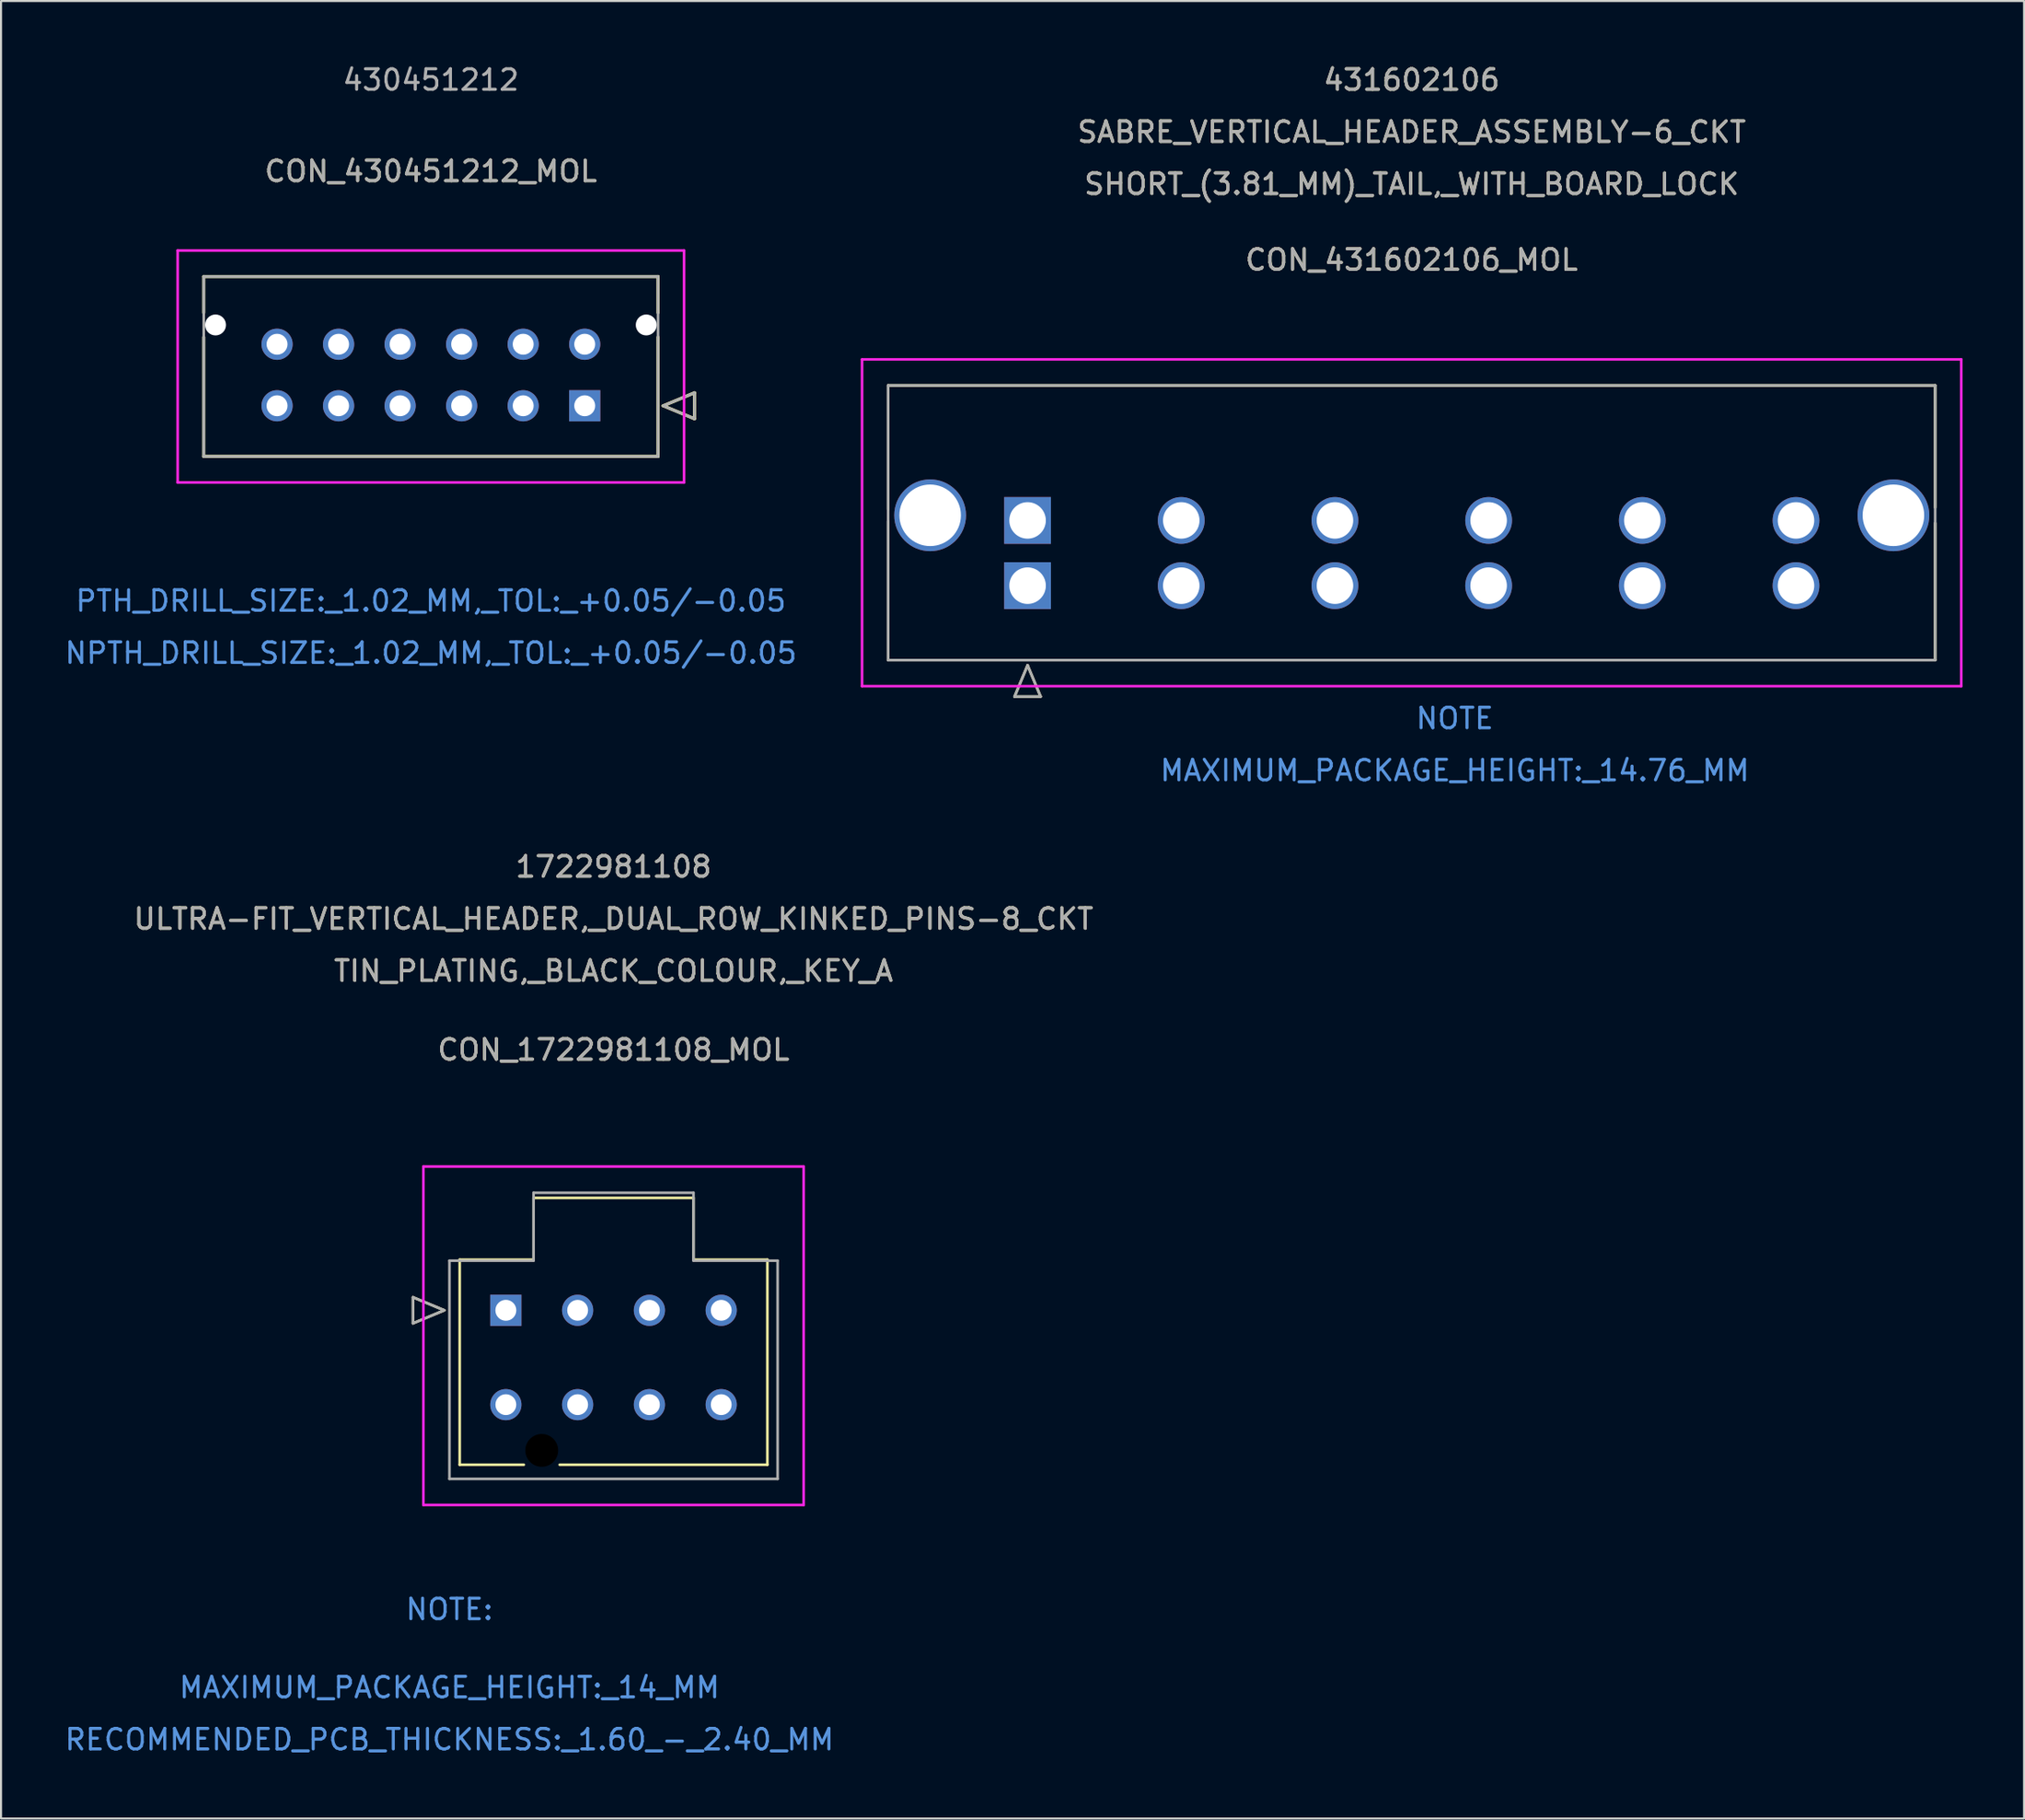
<source format=kicad_pcb>
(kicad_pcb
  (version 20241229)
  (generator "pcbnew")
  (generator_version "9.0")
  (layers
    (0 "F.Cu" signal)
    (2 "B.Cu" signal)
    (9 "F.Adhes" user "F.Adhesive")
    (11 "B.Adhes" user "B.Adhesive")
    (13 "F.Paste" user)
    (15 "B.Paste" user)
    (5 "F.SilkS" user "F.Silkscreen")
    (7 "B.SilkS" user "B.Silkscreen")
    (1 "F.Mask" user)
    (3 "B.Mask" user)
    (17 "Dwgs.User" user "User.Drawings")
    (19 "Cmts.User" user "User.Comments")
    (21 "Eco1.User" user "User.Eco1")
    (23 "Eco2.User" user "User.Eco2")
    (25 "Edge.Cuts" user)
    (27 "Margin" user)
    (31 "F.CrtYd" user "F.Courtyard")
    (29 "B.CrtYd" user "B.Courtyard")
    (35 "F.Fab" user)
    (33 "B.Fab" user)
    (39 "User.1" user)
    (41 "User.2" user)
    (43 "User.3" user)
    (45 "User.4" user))
  (footprint "CON_431602106_MOL"
    (layer "F.Cu")
    (at 47.05 22.323)
    (property "Reference" "CON_431602106_MOL" (at 18.725 -12.7 0) (unlocked yes) (layer "F.SilkS") (effects (font (size 1 1) (thickness 0.15))))
    (attr through_hole)
    (fp_line (start -6.8 -6.58) (end -6.8 -0.537) (stroke (width 0.127) (type solid)) (layer "F.SilkS"))
    (fp_line (start -6.8 0.037) (end -6.8 6.81) (stroke (width 0.127) (type solid)) (layer "F.SilkS"))
    (fp_line (start -6.8 6.81) (end 44.25 6.81) (stroke (width 0.127) (type solid)) (layer "F.SilkS"))
    (fp_line (start -0.635 8.588) (end 0 7.064) (stroke (width 0.127) (type solid)) (layer "F.SilkS"))
    (fp_line (start 0 7.064) (end 0.635 8.588) (stroke (width 0.127) (type solid)) (layer "F.SilkS"))
    (fp_line (start 0.635 8.588) (end -0.635 8.588) (stroke (width 0.127) (type solid)) (layer "F.SilkS"))
    (fp_line (start 44.25 -6.58) (end -6.8 -6.58) (stroke (width 0.127) (type solid)) (layer "F.SilkS"))
    (fp_line (start 44.25 -0.63) (end 44.25 -6.58) (stroke (width 0.127) (type solid)) (layer "F.SilkS"))
    (fp_line (start 44.25 6.81) (end 44.25 0.13) (stroke (width 0.127) (type solid)) (layer "F.SilkS"))
    (fp_line (start -8.07 -7.85) (end -8.07 8.08) (stroke (width 0.127) (type solid)) (layer "F.CrtYd"))
    (fp_line (start -8.07 8.08) (end 45.52 8.08) (stroke (width 0.127) (type solid)) (layer "F.CrtYd"))
    (fp_line (start 45.52 -7.85) (end -8.07 -7.85) (stroke (width 0.127) (type solid)) (layer "F.CrtYd"))
    (fp_line (start 45.52 8.08) (end 45.52 -7.85) (stroke (width 0.127) (type solid)) (layer "F.CrtYd"))
    (fp_line (start -6.8 -6.58) (end -6.8 6.81) (stroke (width 0.127) (type solid)) (layer "F.Fab"))
    (fp_line (start -6.8 6.81) (end 44.25 6.81) (stroke (width 0.127) (type solid)) (layer "F.Fab"))
    (fp_line (start -0.635 8.588) (end 0 7.064) (stroke (width 0.127) (type solid)) (layer "F.Fab"))
    (fp_line (start 0 7.064) (end 0.635 8.588) (stroke (width 0.127) (type solid)) (layer "F.Fab"))
    (fp_line (start 0.635 8.588) (end -0.635 8.588) (stroke (width 0.127) (type solid)) (layer "F.Fab"))
    (fp_line (start 44.25 -6.58) (end -6.8 -6.58) (stroke (width 0.127) (type solid)) (layer "F.Fab"))
    (fp_line (start 44.25 6.81) (end 44.25 -6.58) (stroke (width 0.127) (type solid)) (layer "F.Fab"))
    (fp_text user "SHORT_(3.81_MM)_TAIL,_WITH_BOARD_LOCK" (at 18.725 -16.395 0) (unlocked yes) (layer "F.SilkS") (effects (font (size 1 1) (thickness 0.15))))
    (fp_text user "431602106" (at 18.725 -21.475 0) (unlocked yes) (layer "F.SilkS") (effects (font (size 1 1) (thickness 0.15))))
    (fp_text user "SABRE_VERTICAL_HEADER_ASSEMBLY-6_CKT" (at 18.725 -18.935 0) (unlocked yes) (layer "F.SilkS") (effects (font (size 1 1) (thickness 0.15))))
    (fp_text user "MAXIMUM_PACKAGE_HEIGHT:_14.76_MM" (at 20.828 12.192 0) (unlocked yes) (layer "Cmts.User") (effects (font (size 1 1) (thickness 0.15))))
    (fp_text user "NOTE" (at 20.828 9.652 0) (unlocked yes) (layer "Cmts.User") (effects (font (size 1 1) (thickness 0.15))))
    (fp_text user "SHORT_(3.81_MM)_TAIL,_WITH_BOARD_LOCK" (at 18.725 -16.395 0) (unlocked yes) (layer "F.Fab") (effects (font (size 1 1) (thickness 0.15))))
    (fp_text user "431602106" (at 18.725 -21.475 0) (unlocked yes) (layer "F.Fab") (effects (font (size 1 1) (thickness 0.15))))
    (fp_text user "SABRE_VERTICAL_HEADER_ASSEMBLY-6_CKT" (at 18.725 -18.935 0) (unlocked yes) (layer "F.Fab") (effects (font (size 1 1) (thickness 0.15))))
    (fp_text user "${REFERENCE}" (at 18.725 -12.7 0) (unlocked yes) (layer "F.Fab") (effects (font (size 1 1) (thickness 0.15))))
    (pad "A1" thru_hole rect (at 0 0) (size 2.28 2.28) (drill 1.78) (layers "*.Cu" "*.Mask"))
    (pad "A2" thru_hole rect (at 0 3.18) (size 2.28 2.28) (drill 1.78) (layers "*.Cu" "*.Mask"))
    (pad "B1" thru_hole circle (at 7.493 0) (size 2.28 2.28) (drill 1.78) (layers "*.Cu" "*.Mask"))
    (pad "B2" thru_hole circle (at 7.493 3.18) (size 2.28 2.28) (drill 1.78) (layers "*.Cu" "*.Mask"))
    (pad "C1" thru_hole circle (at 14.986 0) (size 2.28 2.28) (drill 1.78) (layers "*.Cu" "*.Mask"))
    (pad "C2" thru_hole circle (at 14.986 3.18) (size 2.28 2.28) (drill 1.78) (layers "*.Cu" "*.Mask"))
    (pad "D1" thru_hole circle (at 22.479 0) (size 2.28 2.28) (drill 1.78) (layers "*.Cu" "*.Mask"))
    (pad "D2" thru_hole circle (at 22.479 3.18) (size 2.28 2.28) (drill 1.78) (layers "*.Cu" "*.Mask"))
    (pad "E1" thru_hole circle (at 29.972 0) (size 2.28 2.28) (drill 1.78) (layers "*.Cu" "*.Mask"))
    (pad "E2" thru_hole circle (at 29.972 3.18) (size 2.28 2.28) (drill 1.78) (layers "*.Cu" "*.Mask"))
    (pad "F1" thru_hole circle (at 37.465 0) (size 2.28 2.28) (drill 1.78) (layers "*.Cu" "*.Mask"))
    (pad "F2" thru_hole circle (at 37.465 3.18) (size 2.28 2.28) (drill 1.78) (layers "*.Cu" "*.Mask"))
    (pad "M1" thru_hole circle (at -4.75 -0.25) (size 3.5 3.5) (drill 3) (layers "*.Cu" "*.Mask"))
    (pad "M2" thru_hole circle (at 42.215 -0.25) (size 3.5 3.5) (drill 3) (layers "*.Cu" "*.Mask")))
  (footprint "CON_1722981108_MOL"
    (layer "F.Cu")
    (at 21.613 60.832)
    (property "Reference" "CON_1722981108_MOL" (at 5.25 -12.7 0) (unlocked yes) (layer "F.SilkS") (effects (font (size 1 1) (thickness 0.15))))
    (attr through_hole)
    (fp_line (start -4.528 -0.635) (end -4.528 0.635) (stroke (width 0.127) (type solid)) (layer "F.SilkS"))
    (fp_line (start -4.528 0.635) (end -3.004 0) (stroke (width 0.127) (type solid)) (layer "F.SilkS"))
    (fp_line (start -3.004 0) (end -4.528 -0.635) (stroke (width 0.127) (type solid)) (layer "F.SilkS"))
    (fp_line (start -2.25 -2.47) (end 1.35 -2.47) (stroke (width 0.127) (type solid)) (layer "F.SilkS"))
    (fp_line (start -2.25 7.53) (end -2.25 -2.47) (stroke (width 0.127) (type solid)) (layer "F.SilkS"))
    (fp_line (start 0.876 7.53) (end -2.25 7.53) (stroke (width 0.127) (type solid)) (layer "F.SilkS"))
    (fp_line (start 1.35 -5.48) (end 9.15 -5.48) (stroke (width 0.127) (type solid)) (layer "F.SilkS"))
    (fp_line (start 1.35 -2.47) (end 1.35 -5.48) (stroke (width 0.127) (type solid)) (layer "F.SilkS"))
    (fp_line (start 9.15 -5.48) (end 9.15 -2.47) (stroke (width 0.127) (type solid)) (layer "F.SilkS"))
    (fp_line (start 9.15 -2.47) (end 12.75 -2.47) (stroke (width 0.127) (type solid)) (layer "F.SilkS"))
    (fp_line (start 12.75 -2.47) (end 12.75 7.53) (stroke (width 0.127) (type solid)) (layer "F.SilkS"))
    (fp_line (start 12.75 7.53) (end 2.624 7.53) (stroke (width 0.127) (type solid)) (layer "F.SilkS"))
    (fp_line (start -4.02 -7.01) (end -4.02 9.49) (stroke (width 0.127) (type solid)) (layer "F.CrtYd"))
    (fp_line (start -4.02 9.49) (end 14.52 9.49) (stroke (width 0.127) (type solid)) (layer "F.CrtYd"))
    (fp_line (start 14.52 -7.01) (end -4.02 -7.01) (stroke (width 0.127) (type solid)) (layer "F.CrtYd"))
    (fp_line (start 14.52 9.49) (end 14.52 -7.01) (stroke (width 0.127) (type solid)) (layer "F.CrtYd"))
    (fp_line (start -4.528 -0.635) (end -4.528 0.635) (stroke (width 0.127) (type solid)) (layer "F.Fab"))
    (fp_line (start -4.528 0.635) (end -3.004 0) (stroke (width 0.127) (type solid)) (layer "F.Fab"))
    (fp_line (start -3.004 0) (end -4.528 -0.635) (stroke (width 0.127) (type solid)) (layer "F.Fab"))
    (fp_line (start -2.75 -2.42) (end 1.35 -2.42) (stroke (width 0.127) (type solid)) (layer "F.Fab"))
    (fp_line (start -2.75 8.22) (end -2.75 -2.42) (stroke (width 0.127) (type solid)) (layer "F.Fab"))
    (fp_line (start 1.35 -5.73) (end 9.15 -5.73) (stroke (width 0.127) (type solid)) (layer "F.Fab"))
    (fp_line (start 1.35 -2.42) (end 1.35 -5.73) (stroke (width 0.127) (type solid)) (layer "F.Fab"))
    (fp_line (start 9.15 -5.73) (end 9.15 -2.42) (stroke (width 0.127) (type solid)) (layer "F.Fab"))
    (fp_line (start 9.15 -2.42) (end 13.25 -2.42) (stroke (width 0.127) (type solid)) (layer "F.Fab"))
    (fp_line (start 13.25 -2.42) (end 13.25 8.22) (stroke (width 0.127) (type solid)) (layer "F.Fab"))
    (fp_line (start 13.25 8.22) (end -2.75 8.22) (stroke (width 0.127) (type solid)) (layer "F.Fab"))
    (fp_text user "TIN_PLATING,_BLACK_COLOUR,_KEY_A" (at 5.25 -16.54 0) (unlocked yes) (layer "F.SilkS") (effects (font (size 1 1) (thickness 0.15))))
    (fp_text user "ULTRA-FIT_VERTICAL_HEADER,_DUAL_ROW_KINKED_PINS-8_CKT" (at 5.25 -19.08 0) (unlocked yes) (layer "F.SilkS") (effects (font (size 1 1) (thickness 0.15))))
    (fp_text user "1722981108" (at 5.25 -21.62 0) (unlocked yes) (layer "F.SilkS") (effects (font (size 1 1) (thickness 0.15))))
    (fp_text user "NOTE:" (at -2.75 14.58 0) (unlocked yes) (layer "Cmts.User") (effects (font (size 1 1) (thickness 0.15))))
    (fp_text user "RECOMMENDED_PCB_THICKNESS:_1.60_-_2.40_MM" (at -2.75 20.93 0) (unlocked yes) (layer "Cmts.User") (effects (font (size 1 1) (thickness 0.15))))
    (fp_text user "MAXIMUM_PACKAGE_HEIGHT:_14_MM" (at -2.75 18.39 0) (unlocked yes) (layer "Cmts.User") (effects (font (size 1 1) (thickness 0.15))))
    (fp_text user "ULTRA-FIT_VERTICAL_HEADER,_DUAL_ROW_KINKED_PINS-8_CKT" (at 5.25 -19.08 0) (unlocked yes) (layer "F.Fab") (effects (font (size 1 1) (thickness 0.15))))
    (fp_text user "1722981108" (at 5.25 -21.62 0) (unlocked yes) (layer "F.Fab") (effects (font (size 1 1) (thickness 0.15))))
    (fp_text user "${REFERENCE}" (at 5.25 -12.7 0) (unlocked yes) (layer "F.Fab") (effects (font (size 1 1) (thickness 0.15))))
    (fp_text user "TIN_PLATING,_BLACK_COLOUR,_KEY_A" (at 5.25 -16.54 0) (unlocked yes) (layer "F.Fab") (effects (font (size 1 1) (thickness 0.15))))
    (pad "" np_thru_hole circle (at 1.75 6.83) (size 1.6 1.6) (drill 1.6) (layers))
    (pad "1" thru_hole rect (at 0 0) (size 1.52 1.52) (drill 1.02) (layers "*.Cu" "*.Mask"))
    (pad "2" thru_hole circle (at 3.5 0) (size 1.52 1.52) (drill 1.016) (layers "*.Cu" "*.Mask"))
    (pad "3" thru_hole circle (at 7 0) (size 1.52 1.52) (drill 1.016) (layers "*.Cu" "*.Mask"))
    (pad "4" thru_hole circle (at 10.5 0) (size 1.52 1.52) (drill 1.016) (layers "*.Cu" "*.Mask"))
    (pad "5" thru_hole circle (at 0 4.6) (size 1.52 1.52) (drill 1.016) (layers "*.Cu" "*.Mask"))
    (pad "6" thru_hole circle (at 3.5 4.6) (size 1.52 1.52) (drill 1.016) (layers "*.Cu" "*.Mask"))
    (pad "7" thru_hole circle (at 7 4.6) (size 1.52 1.52) (drill 1.016) (layers "*.Cu" "*.Mask"))
    (pad "8" thru_hole circle (at 10.5 4.6) (size 1.52 1.52) (drill 1.016) (layers "*.Cu" "*.Mask")))
  (footprint "CON_430451212_MOL"
    (layer "F.Cu")
    (at 25.458 16.733)
    (property "Reference" "CON_430451212_MOL" (at -7.5 -11.43 0) (unlocked yes) (layer "F.SilkS") (effects (font (size 1 1) (thickness 0.15))))
    (attr through_hole)
    (fp_line (start -18.575 -6.3) (end -18.575 -4.535) (stroke (width 0.152) (type solid)) (layer "F.SilkS"))
    (fp_line (start -18.575 -3.345) (end -18.575 2.47) (stroke (width 0.152) (type solid)) (layer "F.SilkS"))
    (fp_line (start -18.575 2.47) (end 3.575 2.47) (stroke (width 0.152) (type solid)) (layer "F.SilkS"))
    (fp_line (start 3.575 -6.3) (end -18.575 -6.3) (stroke (width 0.152) (type solid)) (layer "F.SilkS"))
    (fp_line (start 3.575 -4.535) (end 3.575 -6.3) (stroke (width 0.152) (type solid)) (layer "F.SilkS"))
    (fp_line (start 3.575 2.47) (end 3.575 -3.345) (stroke (width 0.152) (type solid)) (layer "F.SilkS"))
    (fp_line (start 3.829 0) (end 5.353 -0.635) (stroke (width 0.152) (type solid)) (layer "F.SilkS"))
    (fp_line (start 5.353 -0.635) (end 5.353 0.635) (stroke (width 0.152) (type solid)) (layer "F.SilkS"))
    (fp_line (start 5.353 0.635) (end 3.829 0) (stroke (width 0.152) (type solid)) (layer "F.SilkS"))
    (fp_line (start -19.845 -7.57) (end -19.845 3.74) (stroke (width 0.127) (type solid)) (layer "F.CrtYd"))
    (fp_line (start -19.845 3.74) (end 4.845 3.74) (stroke (width 0.127) (type solid)) (layer "F.CrtYd"))
    (fp_line (start 4.845 -7.57) (end -19.845 -7.57) (stroke (width 0.127) (type solid)) (layer "F.CrtYd"))
    (fp_line (start 4.845 3.74) (end 4.845 -7.57) (stroke (width 0.127) (type solid)) (layer "F.CrtYd"))
    (fp_line (start -18.575 -6.3) (end -18.575 2.47) (stroke (width 0.127) (type solid)) (layer "F.Fab"))
    (fp_line (start -18.575 2.47) (end 3.575 2.47) (stroke (width 0.127) (type solid)) (layer "F.Fab"))
    (fp_line (start 3.575 -6.3) (end -18.575 -6.3) (stroke (width 0.127) (type solid)) (layer "F.Fab"))
    (fp_line (start 3.575 2.47) (end 3.575 -6.3) (stroke (width 0.127) (type solid)) (layer "F.Fab"))
    (fp_line (start 3.829 0) (end 5.353 -0.635) (stroke (width 0.127) (type solid)) (layer "F.Fab"))
    (fp_line (start 5.353 -0.635) (end 5.353 0.635) (stroke (width 0.127) (type solid)) (layer "F.Fab"))
    (fp_line (start 5.353 0.635) (end 3.829 0) (stroke (width 0.127) (type solid)) (layer "F.Fab"))
    (fp_text user "PTH_DRILL_SIZE:_1.02_MM,_TOL:_+0.05/-0.05" (at -7.5 9.515 0) (unlocked yes) (layer "Cmts.User") (effects (font (size 1 1) (thickness 0.15))))
    (fp_text user "NPTH_DRILL_SIZE:_1.02_MM,_TOL:_+0.05/-0.05" (at -7.5 12.055 0) (unlocked yes) (layer "Cmts.User") (effects (font (size 1 1) (thickness 0.15))))
    (fp_text user "${REFERENCE}" (at -7.5 -11.43 0) (unlocked yes) (layer "F.Fab") (effects (font (size 1 1) (thickness 0.15))))
    (fp_text user "430451212" (at -7.5 -15.885 0) (unlocked yes) (layer "F.Fab") (effects (font (size 1 1) (thickness 0.15))))
    (pad "" np_thru_hole circle (at -18 -3.94) (size 1.02 1.02) (drill 1.02) (layers "*.Cu" "*.Mask"))
    (pad "" np_thru_hole circle (at 3 -3.94) (size 1.02 1.02) (drill 1.02) (layers "*.Cu" "*.Mask"))
    (pad "1" thru_hole rect (at 0 0) (size 1.52 1.52) (drill 1.02) (layers "*.Cu" "*.Mask"))
    (pad "2" thru_hole circle (at -3 0) (size 1.52 1.52) (drill 1.02) (layers "*.Cu" "*.Mask"))
    (pad "3" thru_hole circle (at -6 0) (size 1.52 1.52) (drill 1.02) (layers "*.Cu" "*.Mask"))
    (pad "4" thru_hole circle (at -9 0) (size 1.52 1.52) (drill 1.02) (layers "*.Cu" "*.Mask"))
    (pad "5" thru_hole circle (at -12 0) (size 1.52 1.52) (drill 1.02) (layers "*.Cu" "*.Mask"))
    (pad "6" thru_hole circle (at -15 0) (size 1.52 1.52) (drill 1.02) (layers "*.Cu" "*.Mask"))
    (pad "7" thru_hole circle (at 0 -3) (size 1.52 1.52) (drill 1.02) (layers "*.Cu" "*.Mask"))
    (pad "8" thru_hole circle (at -3 -3) (size 1.52 1.52) (drill 1.02) (layers "*.Cu" "*.Mask"))
    (pad "9" thru_hole circle (at -6 -3) (size 1.52 1.52) (drill 1.02) (layers "*.Cu" "*.Mask"))
    (pad "10" thru_hole circle (at -9 -3) (size 1.52 1.52) (drill 1.02) (layers "*.Cu" "*.Mask"))
    (pad "11" thru_hole circle (at -12 -3) (size 1.52 1.52) (drill 1.02) (layers "*.Cu" "*.Mask"))
    (pad "12" thru_hole circle (at -15 -3) (size 1.52 1.52) (drill 1.02) (layers "*.Cu" "*.Mask")))
  (gr_rect
    (start -3 -3)
    (end 95.634 85.61)
    (stroke (width 0.1) (type default))
    (fill no)
    (layer "Edge.Cuts")))
</source>
